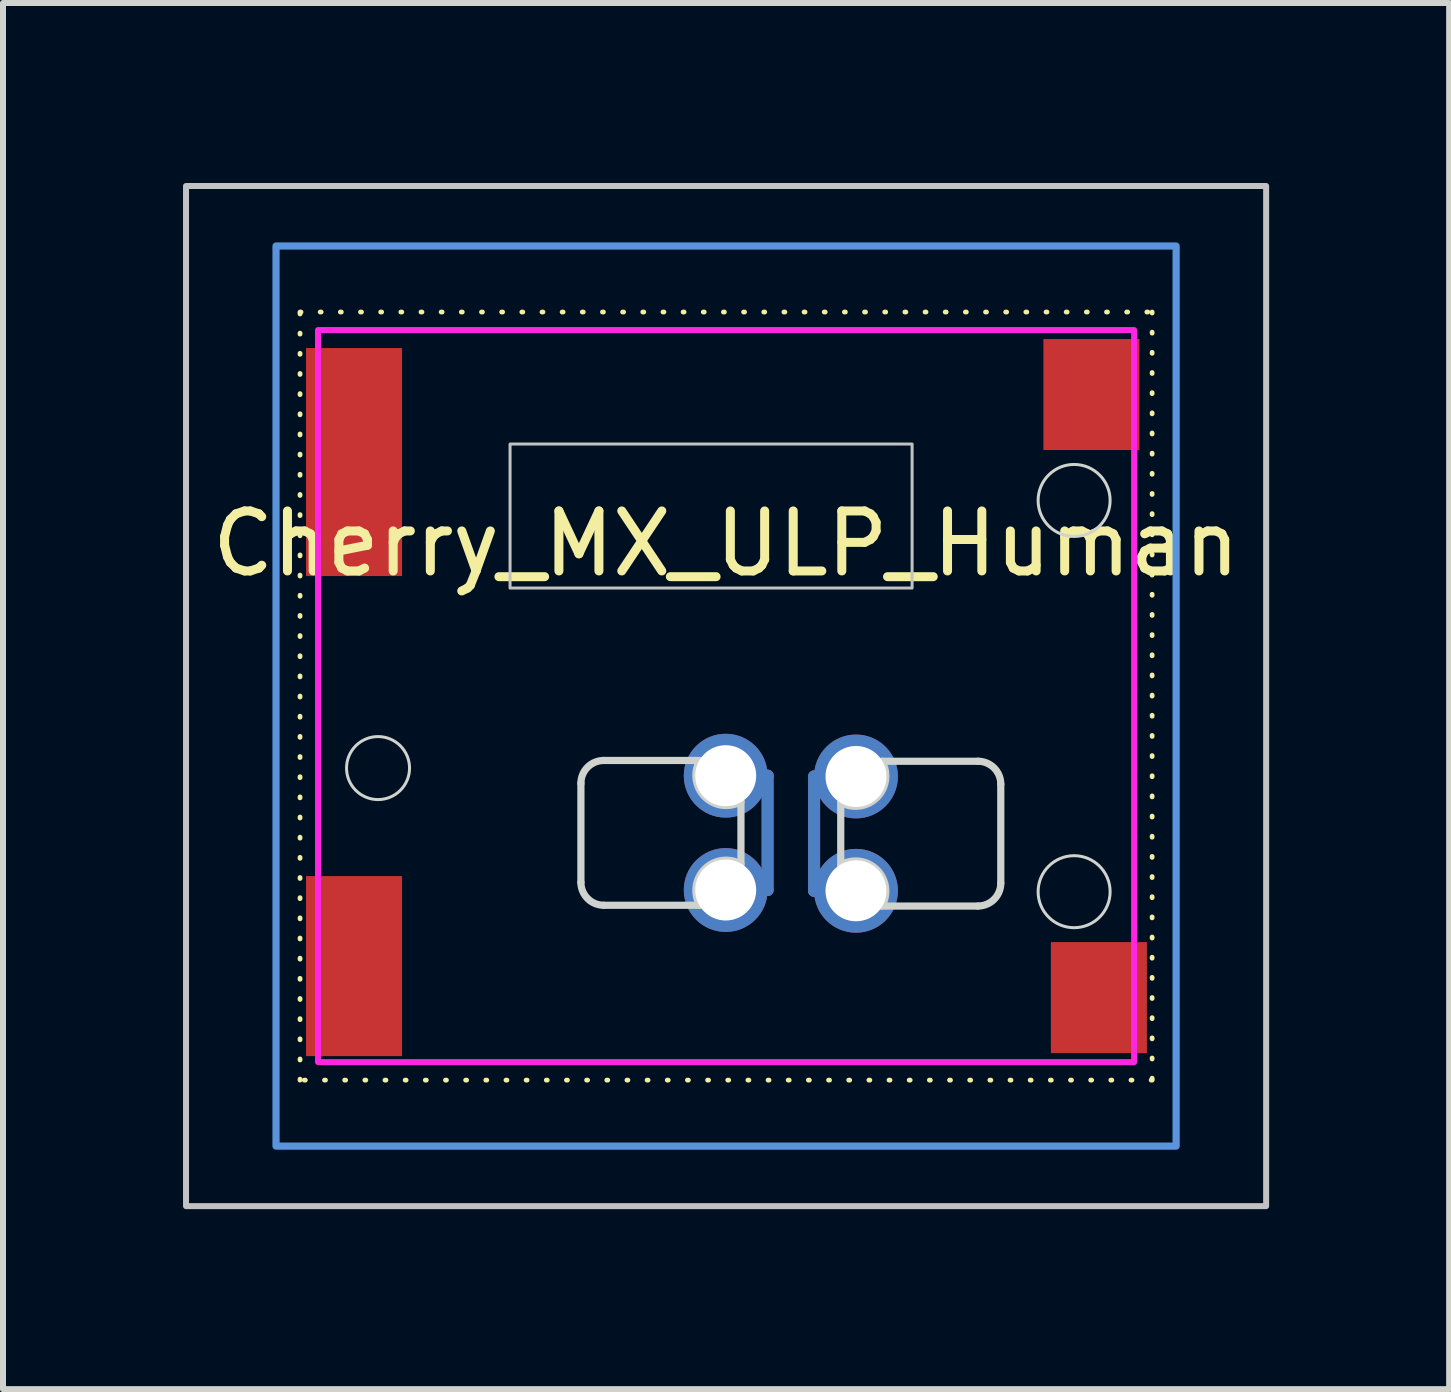
<source format=kicad_pcb>
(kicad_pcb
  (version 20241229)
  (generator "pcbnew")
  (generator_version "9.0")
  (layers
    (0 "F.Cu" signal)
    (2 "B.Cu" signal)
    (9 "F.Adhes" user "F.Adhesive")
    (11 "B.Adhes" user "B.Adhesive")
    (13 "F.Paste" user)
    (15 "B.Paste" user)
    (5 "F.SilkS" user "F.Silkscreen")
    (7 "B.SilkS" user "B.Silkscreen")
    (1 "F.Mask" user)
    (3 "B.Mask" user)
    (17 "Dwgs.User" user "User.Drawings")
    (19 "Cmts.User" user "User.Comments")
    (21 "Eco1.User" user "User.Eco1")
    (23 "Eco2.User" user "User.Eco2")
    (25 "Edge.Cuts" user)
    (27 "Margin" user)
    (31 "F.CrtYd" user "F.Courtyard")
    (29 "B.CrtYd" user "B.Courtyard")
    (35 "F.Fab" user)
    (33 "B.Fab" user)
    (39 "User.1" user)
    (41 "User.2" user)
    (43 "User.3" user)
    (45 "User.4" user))
  (footprint "Cherry_MX_ULP_Human"
    (layer "F.Cu")
    (at 9.05 8.55)
    (property "Reference" "Cherry_MX_ULP_Human" (at 0 -2.54 0) (unlocked yes) (layer "F.SilkS") (effects (font (size 1 1) (thickness 0.15))))
    (attr smd)
    (fp_line (start -0.006 1.327) (end 0.692 1.327) (stroke (width 0.2) (type default)) (layer "F.Cu"))
    (fp_line (start 0.692 1.327) (end 0.692 3.232) (stroke (width 0.2) (type default)) (layer "F.Cu"))
    (fp_line (start 0.692 3.232) (end -0.006 3.232) (stroke (width 0.2) (type default)) (layer "F.Cu"))
    (fp_line (start 1.467 1.34) (end 2.165 1.34) (stroke (width 0.2) (type default)) (layer "F.Cu"))
    (fp_line (start 1.467 3.245) (end 1.467 1.34) (stroke (width 0.2) (type default)) (layer "F.Cu"))
    (fp_line (start 2.165 3.245) (end 1.467 3.245) (stroke (width 0.2) (type default)) (layer "F.Cu"))
    (fp_line (start -0.006 3.232) (end 0.692 3.232) (stroke (width 0.2) (type default)) (layer "B.Cu"))
    (fp_line (start 0.692 1.327) (end -0.006 1.327) (stroke (width 0.2) (type default)) (layer "B.Cu"))
    (fp_line (start 0.692 3.232) (end 0.692 1.327) (stroke (width 0.2) (type default)) (layer "B.Cu"))
    (fp_line (start 1.467 1.34) (end 1.467 3.245) (stroke (width 0.2) (type default)) (layer "B.Cu"))
    (fp_line (start 1.467 3.245) (end 2.165 3.245) (stroke (width 0.2) (type default)) (layer "B.Cu"))
    (fp_line (start 2.165 1.34) (end 1.467 1.34) (stroke (width 0.2) (type default)) (layer "B.Cu"))
    (fp_rect (start -7.1 -6.4) (end 7.1 6.4) (stroke (width 0.08) (type dot)) (fill no) (layer "F.SilkS"))
    (fp_rect (start -9 -8.5) (end 9 8.5) (stroke (width 0.1) (type solid)) (fill no) (layer "Dwgs.User"))
    (fp_rect (start -3.6 -1.8) (end 3.1 -4.2) (stroke (width 0.05) (type solid)) (fill no) (layer "Dwgs.User"))
    (fp_rect (start -7.5 -7.5) (end 7.5 7.5) (stroke (width 0.12) (type solid)) (fill no) (layer "Cmts.User"))
    (fp_line (start -2.419 3.105) (end -2.419 1.454) (stroke (width 0.12) (type solid)) (layer "Edge.Cuts"))
    (fp_line (start -2.038 1.073) (end -0.438 1.073) (stroke (width 0.12) (type solid)) (layer "Edge.Cuts"))
    (fp_line (start -0.438 3.486) (end -2.038 3.486) (stroke (width 0.12) (type solid)) (layer "Edge.Cuts"))
    (fp_line (start 0.248 1.759) (end 0.248 2.8) (stroke (width 0.12) (type solid)) (layer "Edge.Cuts"))
    (fp_line (start 1.911 2.813) (end 1.911 1.772) (stroke (width 0.12) (type solid)) (layer "Edge.Cuts"))
    (fp_line (start 2.597 1.086) (end 4.197 1.086) (stroke (width 0.12) (type solid)) (layer "Edge.Cuts"))
    (fp_line (start 4.197 3.499) (end 2.597 3.499) (stroke (width 0.12) (type solid)) (layer "Edge.Cuts"))
    (fp_line (start 4.578 1.467) (end 4.578 3.118) (stroke (width 0.12) (type solid)) (layer "Edge.Cuts"))
    (fp_arc (start -2.419247 1.454047) (mid -2.307653 1.184642) (end -2.038247 1.073047) (stroke (width 0.12) (type solid)) (layer "Edge.Cuts"))
    (fp_arc (start -2.038247 3.486047) (mid -2.307656 3.374456) (end -2.419247 3.105047) (stroke (width 0.12) (type solid)) (layer "Edge.Cuts"))
    (fp_arc (start -0.438047 3.486047) (mid -0.355856 2.882438) (end 0.247753 2.800247) (stroke (width 0.12) (type solid)) (layer "Edge.Cuts"))
    (fp_arc (start 0.247753 1.758847) (mid -0.355856 1.676656) (end -0.438047 1.073047) (stroke (width 0.12) (type solid)) (layer "Edge.Cuts"))
    (fp_arc (start 1.911247 2.813153) (mid 2.514856 2.895344) (end 2.597047 3.498953) (stroke (width 0.12) (type solid)) (layer "Edge.Cuts"))
    (fp_arc (start 2.597047 1.085953) (mid 2.514856 1.689562) (end 1.911247 1.771753) (stroke (width 0.12) (type solid)) (layer "Edge.Cuts"))
    (fp_arc (start 4.197247 1.085953) (mid 4.466656 1.197544) (end 4.578247 1.466953) (stroke (width 0.12) (type solid)) (layer "Edge.Cuts"))
    (fp_arc (start 4.578247 3.117953) (mid 4.466653 3.387358) (end 4.197247 3.498953) (stroke (width 0.12) (type solid)) (layer "Edge.Cuts"))
    (fp_circle (center -5.8 1.2) (end -5.275 1.2) (stroke (width 0.05) (type solid)) (fill no) (layer "Edge.Cuts"))
    (fp_circle (center 5.8 -3.26) (end 6.4 -3.26) (stroke (width 0.05) (type solid)) (fill no) (layer "Edge.Cuts"))
    (fp_circle (center 5.8 3.26) (end 6.4 3.26) (stroke (width 0.05) (type solid)) (fill no) (layer "Edge.Cuts"))
    (fp_rect (start -6.8 -6.1) (end 6.8 6.1) (stroke (width 0.1) (type solid)) (fill no) (layer "F.CrtYd"))
    (pad "" smd rect (at -6.2 -3.9) (size 1.6 3.8) (layers "F.Cu" "F.Mask" "F.Paste"))
    (pad "" smd rect (at -6.2 4.5) (size 1.6 3) (layers "F.Cu" "F.Mask" "F.Paste"))
    (pad "" smd rect (at 6.088 -5.025) (size 1.6 1.85) (layers "F.Cu" "F.Mask" "F.Paste"))
    (pad "" smd rect (at 6.213 5.025) (size 1.6 1.85) (layers "F.Cu" "F.Mask" "F.Paste"))
    (pad "1" thru_hole circle (at -0.006 1.327 180) (size 1.397 1.397) (drill 1.016) (layers "*.Cu" "*.Mask"))
    (pad "1" thru_hole circle (at -0.006 3.232) (size 1.397 1.397) (drill 1.016) (layers "*.Cu" "*.Mask"))
    (pad "2" thru_hole circle (at 2.165 1.34 180) (size 1.397 1.397) (drill 1.016) (layers "*.Cu" "*.Mask"))
    (pad "2" thru_hole circle (at 2.165 3.245 180) (size 1.397 1.397) (drill 1.016) (layers "*.Cu" "*.Mask")))
  (gr_rect
    (start -3 -3)
    (end 21.1 20.1)
    (stroke (width 0.1) (type default))
    (fill no)
    (layer "Edge.Cuts")))
</source>
